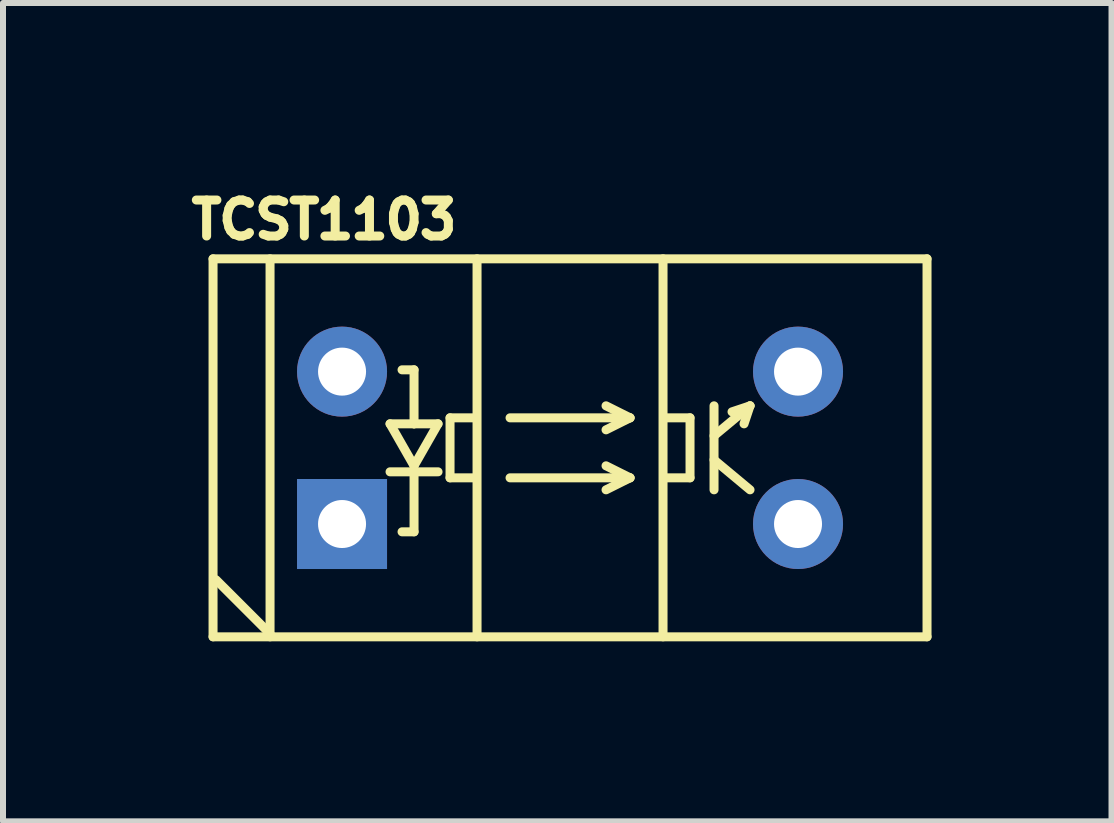
<source format=kicad_pcb>
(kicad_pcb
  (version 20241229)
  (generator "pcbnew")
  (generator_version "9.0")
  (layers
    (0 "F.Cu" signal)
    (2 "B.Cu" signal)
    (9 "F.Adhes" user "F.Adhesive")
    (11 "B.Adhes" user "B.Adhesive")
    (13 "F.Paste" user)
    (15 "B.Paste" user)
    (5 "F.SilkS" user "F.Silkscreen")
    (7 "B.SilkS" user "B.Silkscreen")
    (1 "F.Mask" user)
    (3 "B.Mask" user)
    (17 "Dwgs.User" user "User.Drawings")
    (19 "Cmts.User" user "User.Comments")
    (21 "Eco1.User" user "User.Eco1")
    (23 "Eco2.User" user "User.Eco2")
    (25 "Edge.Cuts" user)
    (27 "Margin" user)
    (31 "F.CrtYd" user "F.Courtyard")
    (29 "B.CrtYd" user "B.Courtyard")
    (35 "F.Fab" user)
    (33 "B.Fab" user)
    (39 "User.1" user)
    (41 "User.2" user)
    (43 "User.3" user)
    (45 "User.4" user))
  (footprint "TCST1103"
    (layer "F.Cu")
    (at 6.451 4.414)
    (property "Reference" "TCST1103" (at -4.1 -3.8 0) (layer "F.SilkS") (effects (font (size 0.6 0.6) (thickness 0.15))))
    (attr through_hole)
    (fp_line (start -5.95 -3.15) (end 5.95 -3.15) (stroke (width 0.15) (type solid)) (layer "F.SilkS"))
    (fp_line (start -5.95 3.15) (end -5.95 -3.15) (stroke (width 0.15) (type solid)) (layer "F.SilkS"))
    (fp_line (start -5 -3.15) (end -5 3.15) (stroke (width 0.15) (type solid)) (layer "F.SilkS"))
    (fp_line (start -5 3.1) (end -5.9 2.2) (stroke (width 0.15) (type solid)) (layer "F.SilkS"))
    (fp_line (start -3 -0.4) (end -2.6 -0.4) (stroke (width 0.15) (type solid)) (layer "F.SilkS"))
    (fp_line (start -3 0.4) (end -2.2 0.4) (stroke (width 0.15) (type solid)) (layer "F.SilkS"))
    (fp_line (start -2.6 -1.3) (end -2.8 -1.3) (stroke (width 0.15) (type solid)) (layer "F.SilkS"))
    (fp_line (start -2.6 -1.3) (end -2.6 -0.4) (stroke (width 0.15) (type solid)) (layer "F.SilkS"))
    (fp_line (start -2.6 -0.4) (end -2.2 -0.4) (stroke (width 0.15) (type solid)) (layer "F.SilkS"))
    (fp_line (start -2.6 0.3) (end -3 -0.4) (stroke (width 0.15) (type solid)) (layer "F.SilkS"))
    (fp_line (start -2.6 0.4) (end -2.6 1.4) (stroke (width 0.15) (type solid)) (layer "F.SilkS"))
    (fp_line (start -2.6 1.4) (end -2.8 1.4) (stroke (width 0.15) (type solid)) (layer "F.SilkS"))
    (fp_line (start -2.2 -0.4) (end -2.6 0.3) (stroke (width 0.15) (type solid)) (layer "F.SilkS"))
    (fp_line (start -2 -0.5) (end -2 0.5) (stroke (width 0.15) (type solid)) (layer "F.SilkS"))
    (fp_line (start -2 0.5) (end -1.6 0.5) (stroke (width 0.15) (type solid)) (layer "F.SilkS"))
    (fp_line (start -1.6 -0.5) (end -2 -0.5) (stroke (width 0.15) (type solid)) (layer "F.SilkS"))
    (fp_line (start -1.55 -3.15) (end -1.55 3.15) (stroke (width 0.15) (type solid)) (layer "F.SilkS"))
    (fp_line (start -1 -0.5) (end 1 -0.5) (stroke (width 0.15) (type solid)) (layer "F.SilkS"))
    (fp_line (start -1 0.5) (end 1 0.5) (stroke (width 0.15) (type solid)) (layer "F.SilkS"))
    (fp_line (start 1 -0.5) (end 0.6 -0.7) (stroke (width 0.15) (type solid)) (layer "F.SilkS"))
    (fp_line (start 1 -0.5) (end 0.6 -0.3) (stroke (width 0.15) (type solid)) (layer "F.SilkS"))
    (fp_line (start 1 0.5) (end 0.6 0.3) (stroke (width 0.15) (type solid)) (layer "F.SilkS"))
    (fp_line (start 1 0.5) (end 0.6 0.7) (stroke (width 0.15) (type solid)) (layer "F.SilkS"))
    (fp_line (start 1.55 3.15) (end 1.55 -3.15) (stroke (width 0.15) (type solid)) (layer "F.SilkS"))
    (fp_line (start 1.6 -0.5) (end 2 -0.5) (stroke (width 0.15) (type solid)) (layer "F.SilkS"))
    (fp_line (start 2 -0.5) (end 2 0.5) (stroke (width 0.15) (type solid)) (layer "F.SilkS"))
    (fp_line (start 2 0.5) (end 1.6 0.5) (stroke (width 0.15) (type solid)) (layer "F.SilkS"))
    (fp_line (start 2.4 -0.7) (end 2.4 0.7) (stroke (width 0.15) (type solid)) (layer "F.SilkS"))
    (fp_line (start 2.4 -0.2) (end 3 -0.7) (stroke (width 0.15) (type solid)) (layer "F.SilkS"))
    (fp_line (start 2.4 0.2) (end 3 0.7) (stroke (width 0.15) (type solid)) (layer "F.SilkS"))
    (fp_line (start 3 -0.7) (end 2.7 -0.6) (stroke (width 0.15) (type solid)) (layer "F.SilkS"))
    (fp_line (start 3 -0.7) (end 2.9 -0.4) (stroke (width 0.15) (type solid)) (layer "F.SilkS"))
    (fp_line (start 5.95 -3.15) (end 5.95 3.15) (stroke (width 0.15) (type solid)) (layer "F.SilkS"))
    (fp_line (start 5.95 3.15) (end -5.95 3.15) (stroke (width 0.15) (type solid)) (layer "F.SilkS"))
    (pad "1" thru_hole rect (at -3.8 1.27) (size 1.5 1.5) (drill 0.8) (layers "*.Cu" "*.Mask"))
    (pad "2" thru_hole circle (at 3.8 1.27) (size 1.5 1.5) (drill 0.8) (layers "*.Cu" "*.Mask"))
    (pad "3" thru_hole circle (at 3.8 -1.27) (size 1.5 1.5) (drill 0.8) (layers "*.Cu" "*.Mask"))
    (pad "4" thru_hole circle (at -3.8 -1.27) (size 1.5 1.5) (drill 0.8) (layers "*.Cu" "*.Mask")))
  (gr_rect
    (start -3 -3)
    (end 15.476 10.639)
    (stroke (width 0.1) (type default))
    (fill no)
    (layer "Edge.Cuts")))
</source>
